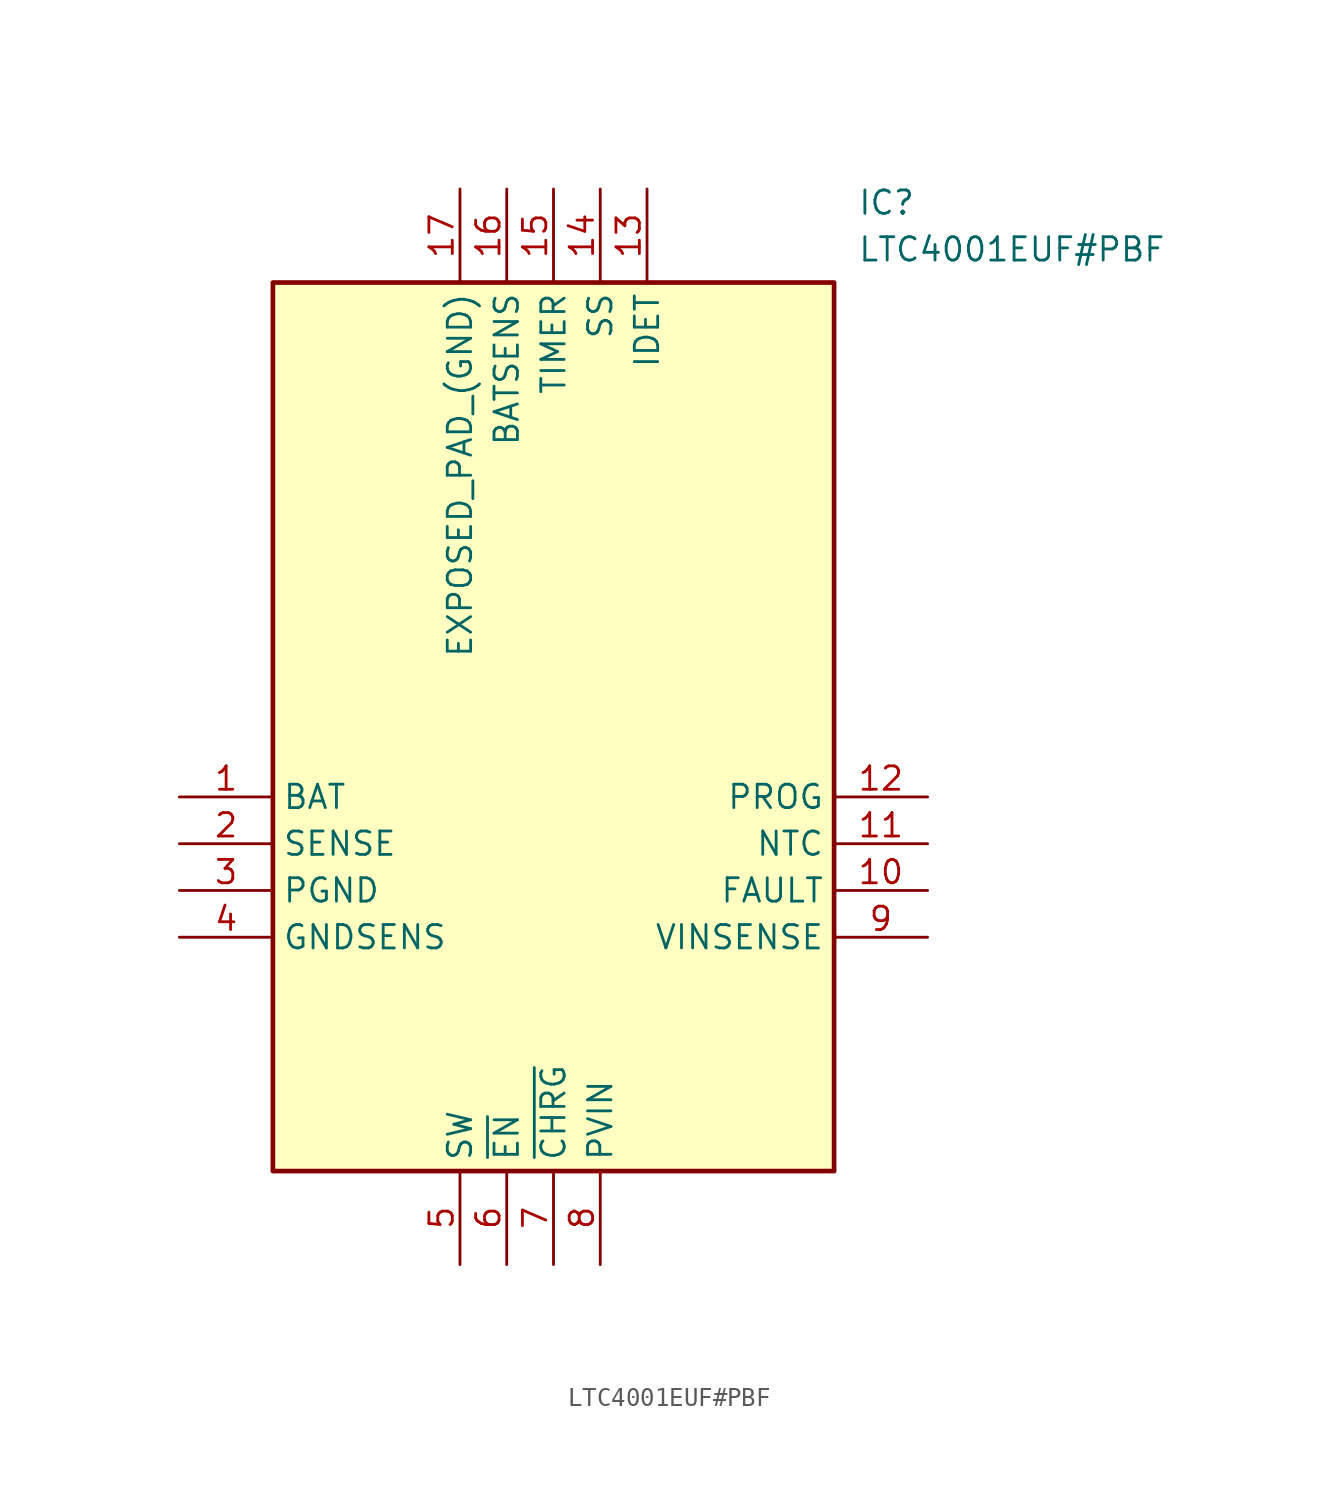
<source format=kicad_sym>
(kicad_symbol_lib
  (version 20211014)
  (generator SamacSys_ECAD_Model)
  (symbol "LTC4001EUF#PBF"
    (property "Reference" "IC"
      (at 36.83 33.02 0)
      (effects (font (size 1.27 1.27)) (justify left top)))
    (property "Value" "LTC4001EUF#PBF"
      (at 36.83 30.48 0)
      (effects (font (size 1.27 1.27)) (justify left top)))
    (rectangle
      (start 5.08 27.94)
      (end 35.56 -20.32)
      (stroke (width 0.254) (type default))
      (fill (type background)))
    (pin passive line
      (at 0 0 0)
      (length 5.08)
      (name "BAT" (effects (font (size 1.27 1.27))))
      (number "1" (effects (font (size 1.27 1.27)))))
    (pin passive line
      (at 0 -2.54 0)
      (length 5.08)
      (name "SENSE" (effects (font (size 1.27 1.27))))
      (number "2" (effects (font (size 1.27 1.27)))))
    (pin passive line
      (at 0 -5.08 0)
      (length 5.08)
      (name "PGND" (effects (font (size 1.27 1.27))))
      (number "3" (effects (font (size 1.27 1.27)))))
    (pin passive line
      (at 0 -7.62 0)
      (length 5.08)
      (name "GNDSENS" (effects (font (size 1.27 1.27))))
      (number "4" (effects (font (size 1.27 1.27)))))
    (pin passive line
      (at 15.24 -25.4 90)
      (length 5.08)
      (name "SW" (effects (font (size 1.27 1.27))))
      (number "5" (effects (font (size 1.27 1.27)))))
    (pin passive line
      (at 17.78 -25.4 90)
      (length 5.08)
      (name "~{EN}" (effects (font (size 1.27 1.27))))
      (number "6" (effects (font (size 1.27 1.27)))))
    (pin passive line
      (at 20.32 -25.4 90)
      (length 5.08)
      (name "~{CHRG}" (effects (font (size 1.27 1.27))))
      (number "7" (effects (font (size 1.27 1.27)))))
    (pin passive line
      (at 22.86 -25.4 90)
      (length 5.08)
      (name "PVIN" (effects (font (size 1.27 1.27))))
      (number "8" (effects (font (size 1.27 1.27)))))
    (pin passive line
      (at 40.64 0 180)
      (length 5.08)
      (name "PROG" (effects (font (size 1.27 1.27))))
      (number "12" (effects (font (size 1.27 1.27)))))
    (pin passive line
      (at 40.64 -2.54 180)
      (length 5.08)
      (name "NTC" (effects (font (size 1.27 1.27))))
      (number "11" (effects (font (size 1.27 1.27)))))
    (pin passive line
      (at 40.64 -5.08 180)
      (length 5.08)
      (name "FAULT" (effects (font (size 1.27 1.27))))
      (number "10" (effects (font (size 1.27 1.27)))))
    (pin passive line
      (at 40.64 -7.62 180)
      (length 5.08)
      (name "VINSENSE" (effects (font (size 1.27 1.27))))
      (number "9" (effects (font (size 1.27 1.27)))))
    (pin passive line
      (at 15.24 33.02 270)
      (length 5.08)
      (name "EXPOSED_PAD_(GND)" (effects (font (size 1.27 1.27))))
      (number "17" (effects (font (size 1.27 1.27)))))
    (pin passive line
      (at 17.78 33.02 270)
      (length 5.08)
      (name "BATSENS" (effects (font (size 1.27 1.27))))
      (number "16" (effects (font (size 1.27 1.27)))))
    (pin passive line
      (at 20.32 33.02 270)
      (length 5.08)
      (name "TIMER" (effects (font (size 1.27 1.27))))
      (number "15" (effects (font (size 1.27 1.27)))))
    (pin passive line
      (at 22.86 33.02 270)
      (length 5.08)
      (name "SS" (effects (font (size 1.27 1.27))))
      (number "14" (effects (font (size 1.27 1.27)))))
    (pin passive line
      (at 25.4 33.02 270)
      (length 5.08)
      (name "IDET" (effects (font (size 1.27 1.27))))
      (number "13" (effects (font (size 1.27 1.27)))))))
</source>
